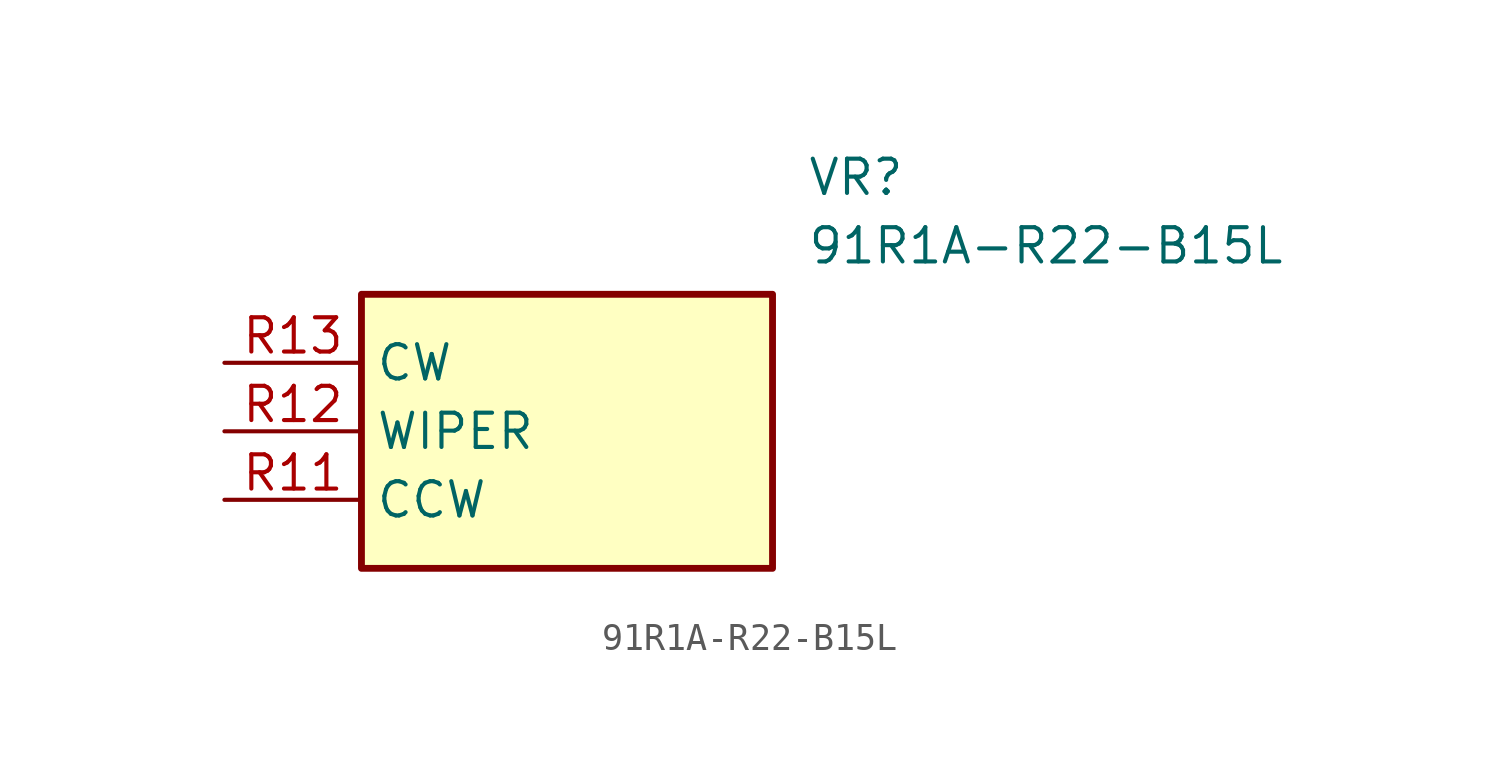
<source format=kicad_sym>
(kicad_symbol_lib
  (version 20211014)
  (generator SamacSys_ECAD_Model)
  (symbol "91R1A-R22-B15L"
    (property "Reference" "VR"
      (at 21.59 7.62 0)
      (effects (font (size 1.27 1.27)) (justify left top)))
    (property "Value" "91R1A-R22-B15L"
      (at 21.59 5.08 0)
      (effects (font (size 1.27 1.27)) (justify left top)))
    (rectangle
      (start 5.08 2.54)
      (end 20.32 -7.62)
      (stroke (width 0.254) (type default))
      (fill (type background)))
    (pin passive line
      (at 0 -5.08 0)
      (length 5.08)
      (name "CCW" (effects (font (size 1.27 1.27))))
      (number "R11" (effects (font (size 1.27 1.27)))))
    (pin passive line
      (at 0 -2.54 0)
      (length 5.08)
      (name "WIPER" (effects (font (size 1.27 1.27))))
      (number "R12" (effects (font (size 1.27 1.27)))))
    (pin passive line
      (at 0 0 0)
      (length 5.08)
      (name "CW" (effects (font (size 1.27 1.27))))
      (number "R13" (effects (font (size 1.27 1.27)))))))
</source>
